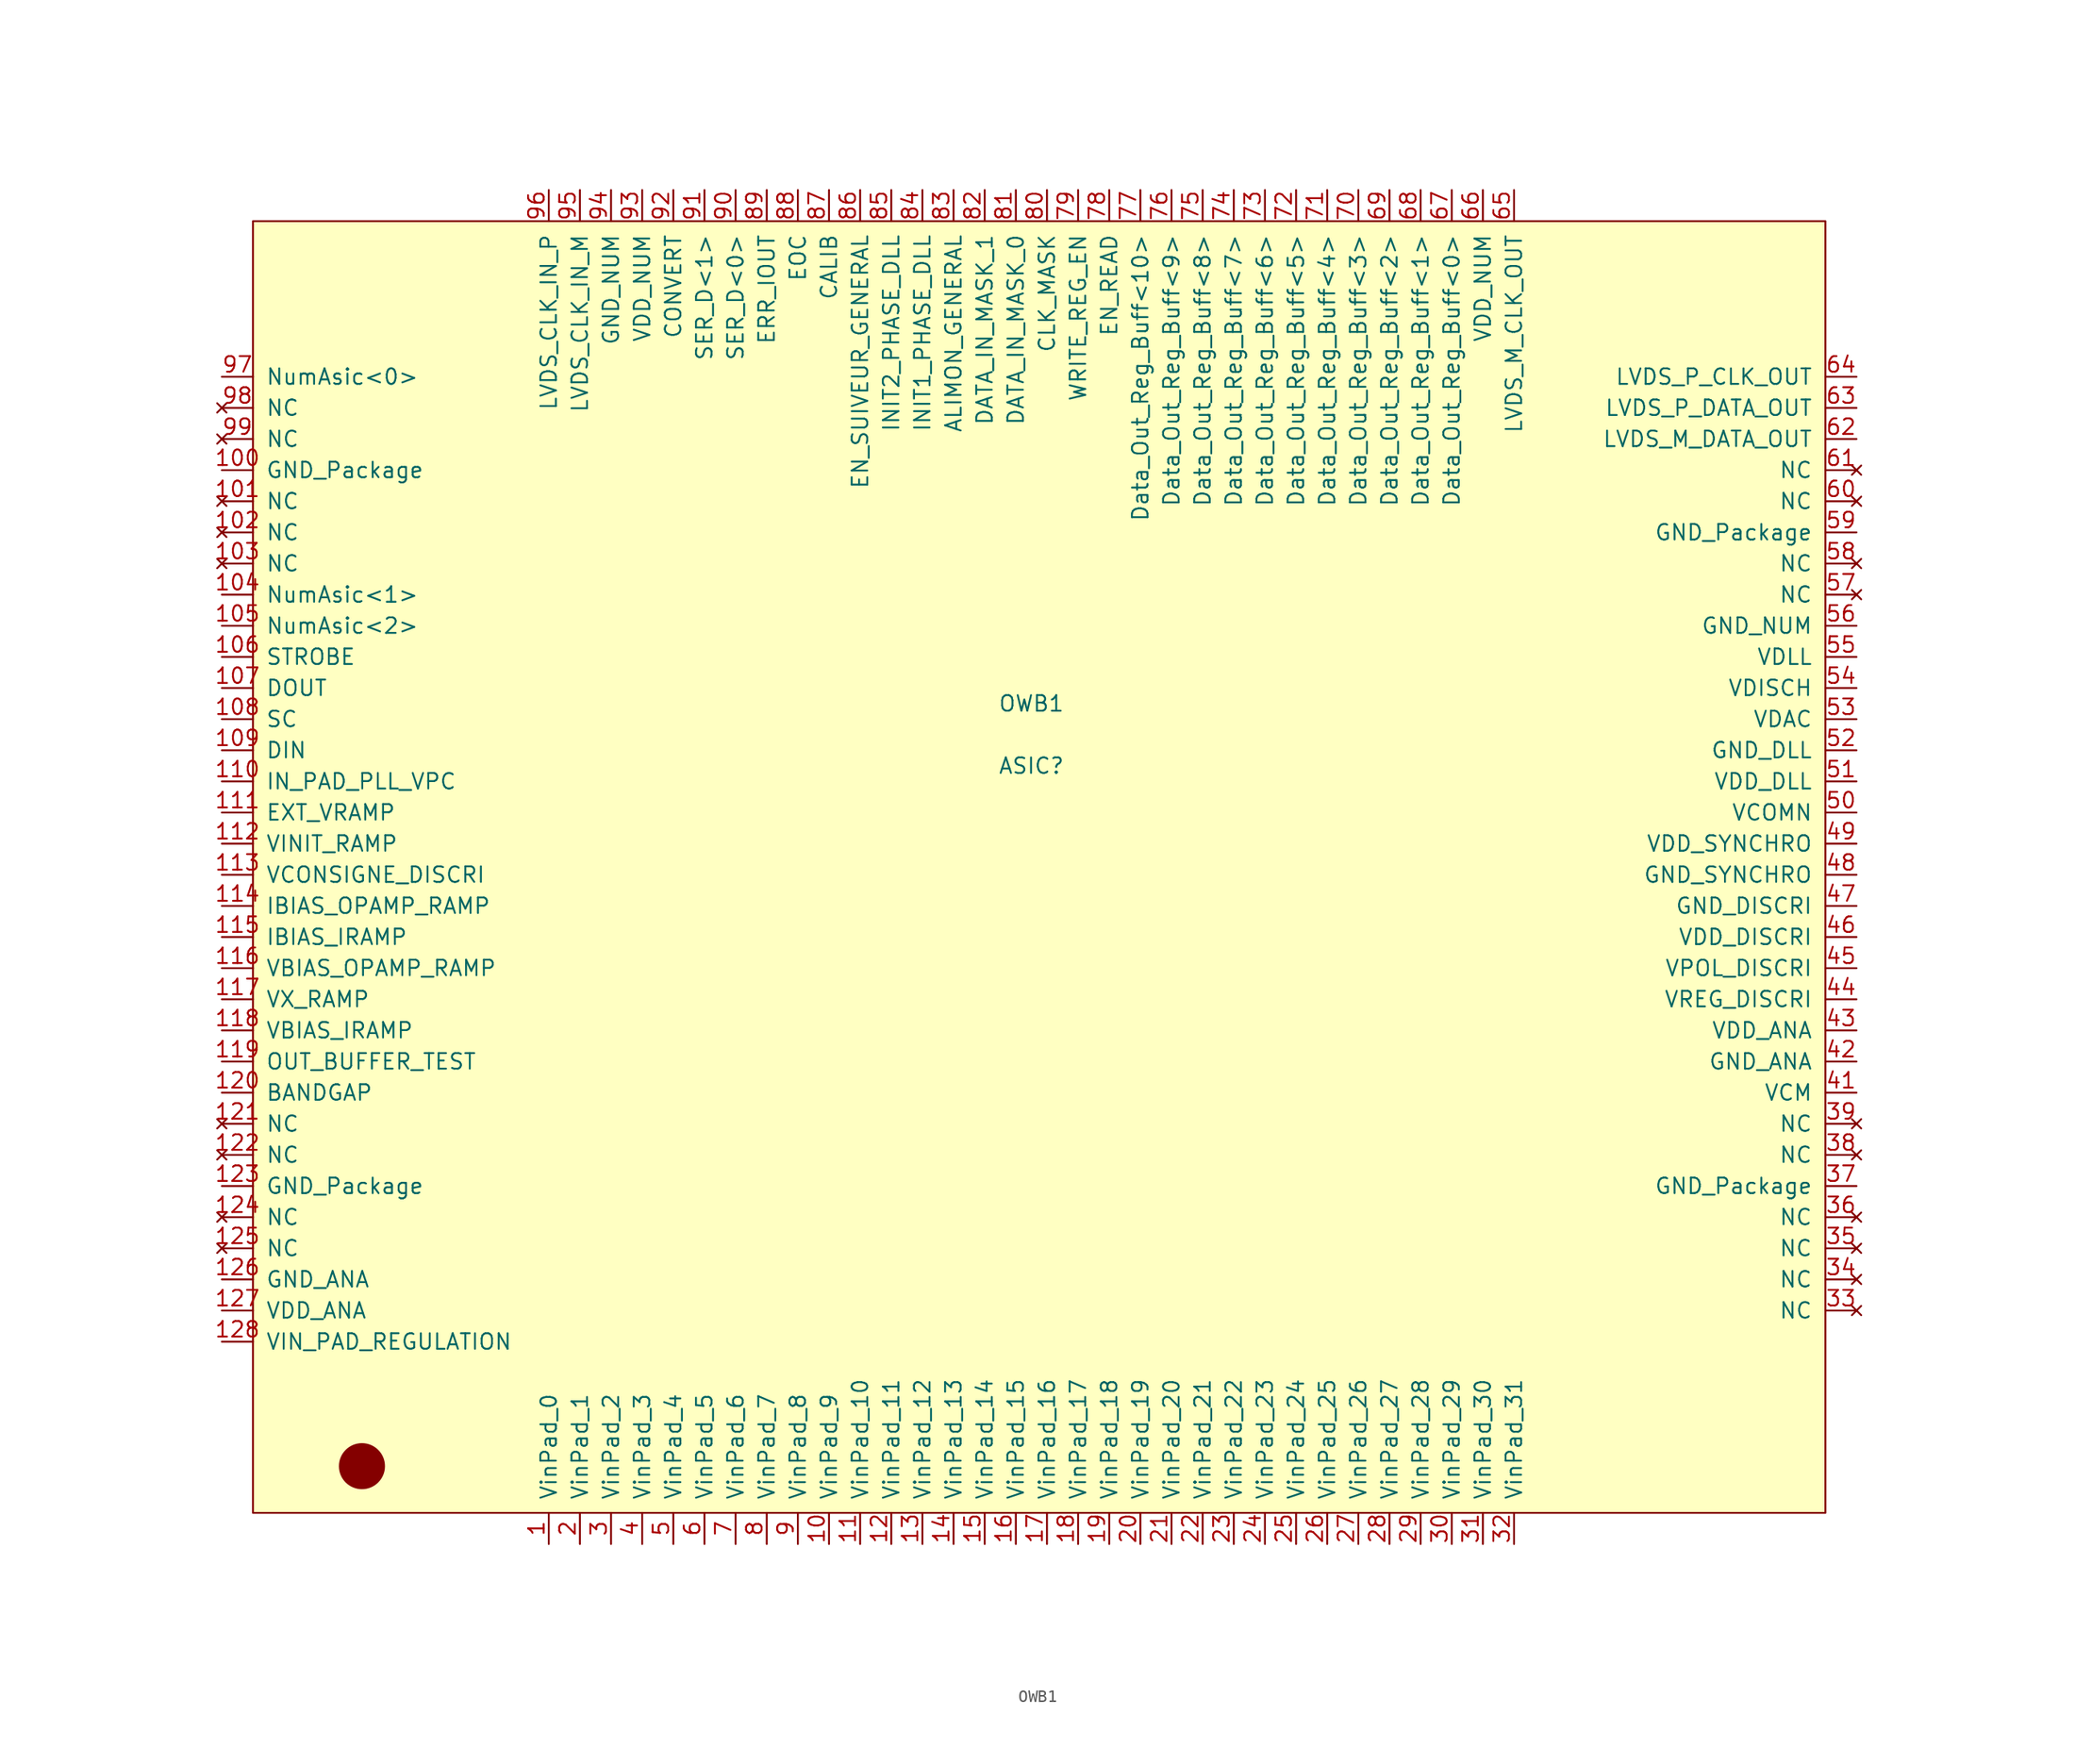
<source format=kicad_sym>
(kicad_symbol_lib
  (version 20211014)
  (generator kicad_symbol_editor)
  (symbol "OWB1"
    (pin_names
      (offset 1.016))
    (property "Reference" "ASIC"
      (at 81.28 68.58 0)
      (effects (font (size 1.27 1.27))))
    (property "Value" "OWB1"
      (at 81.28 73.66 0)
      (effects (font (size 1.27 1.27))))
    (symbol "OWB1_0_1"
      (rectangle (start 17.78 7.62) (end 146.05 113.03) (stroke (width 0) (type default) (color 0 0 0 0)) (fill (type background)))
      (circle (center 26.67 11.43) (radius 1.803) (stroke (width 0) (type default) (color 0 0 0 0)) (fill (type outline))))
    (symbol "OWB1_1_1"
      (pin input line (at 41.91 5.08 90) (length 2.54) (name "VinPad_0" (effects (font (size 1.27 1.27)))) (number "1" (effects (font (size 1.27 1.27)))))
      (pin input line (at 64.77 5.08 90) (length 2.54) (name "VinPad_9" (effects (font (size 1.27 1.27)))) (number "10" (effects (font (size 1.27 1.27)))))
      (pin power_in line (at 15.24 92.71 0) (length 2.54) (name "GND_Package" (effects (font (size 1.27 1.27)))) (number "100" (effects (font (size 1.27 1.27)))))
      (pin no_connect line (at 15.24 90.17 0) (length 2.54) (name "NC" (effects (font (size 1.27 1.27)))) (number "101" (effects (font (size 1.27 1.27)))))
      (pin no_connect line (at 15.24 87.63 0) (length 2.54) (name "NC" (effects (font (size 1.27 1.27)))) (number "102" (effects (font (size 1.27 1.27)))))
      (pin no_connect line (at 15.24 85.09 0) (length 2.54) (name "NC" (effects (font (size 1.27 1.27)))) (number "103" (effects (font (size 1.27 1.27)))))
      (pin open_collector line (at 15.24 82.55 0) (length 2.54) (name "NumAsic<1>" (effects (font (size 1.27 1.27)))) (number "104" (effects (font (size 1.27 1.27)))))
      (pin open_collector line (at 15.24 80.01 0) (length 2.54) (name "NumAsic<2>" (effects (font (size 1.27 1.27)))) (number "105" (effects (font (size 1.27 1.27)))))
      (pin input line (at 15.24 77.47 0) (length 2.54) (name "STROBE" (effects (font (size 1.27 1.27)))) (number "106" (effects (font (size 1.27 1.27)))))
      (pin output line (at 15.24 74.93 0) (length 2.54) (name "DOUT" (effects (font (size 1.27 1.27)))) (number "107" (effects (font (size 1.27 1.27)))))
      (pin input line (at 15.24 72.39 0) (length 2.54) (name "SC" (effects (font (size 1.27 1.27)))) (number "108" (effects (font (size 1.27 1.27)))))
      (pin input line (at 15.24 69.85 0) (length 2.54) (name "DIN" (effects (font (size 1.27 1.27)))) (number "109" (effects (font (size 1.27 1.27)))))
      (pin input line (at 67.31 5.08 90) (length 2.54) (name "VinPad_10" (effects (font (size 1.27 1.27)))) (number "11" (effects (font (size 1.27 1.27)))))
      (pin input line (at 15.24 67.31 0) (length 2.54) (name "IN_PAD_PLL_VPC" (effects (font (size 1.27 1.27)))) (number "110" (effects (font (size 1.27 1.27)))))
      (pin input line (at 15.24 64.77 0) (length 2.54) (name "EXT_VRAMP" (effects (font (size 1.27 1.27)))) (number "111" (effects (font (size 1.27 1.27)))))
      (pin input line (at 15.24 62.23 0) (length 2.54) (name "VINIT_RAMP" (effects (font (size 1.27 1.27)))) (number "112" (effects (font (size 1.27 1.27)))))
      (pin input line (at 15.24 59.69 0) (length 2.54) (name "VCONSIGNE_DISCRI" (effects (font (size 1.27 1.27)))) (number "113" (effects (font (size 1.27 1.27)))))
      (pin input line (at 15.24 57.15 0) (length 2.54) (name "IBIAS_OPAMP_RAMP" (effects (font (size 1.27 1.27)))) (number "114" (effects (font (size 1.27 1.27)))))
      (pin input line (at 15.24 54.61 0) (length 2.54) (name "IBIAS_IRAMP" (effects (font (size 1.27 1.27)))) (number "115" (effects (font (size 1.27 1.27)))))
      (pin input line (at 15.24 52.07 0) (length 2.54) (name "VBIAS_OPAMP_RAMP" (effects (font (size 1.27 1.27)))) (number "116" (effects (font (size 1.27 1.27)))))
      (pin input line (at 15.24 49.53 0) (length 2.54) (name "VX_RAMP" (effects (font (size 1.27 1.27)))) (number "117" (effects (font (size 1.27 1.27)))))
      (pin input line (at 15.24 46.99 0) (length 2.54) (name "VBIAS_IRAMP" (effects (font (size 1.27 1.27)))) (number "118" (effects (font (size 1.27 1.27)))))
      (pin input line (at 15.24 44.45 0) (length 2.54) (name "OUT_BUFFER_TEST" (effects (font (size 1.27 1.27)))) (number "119" (effects (font (size 1.27 1.27)))))
      (pin input line (at 69.85 5.08 90) (length 2.54) (name "VinPad_11" (effects (font (size 1.27 1.27)))) (number "12" (effects (font (size 1.27 1.27)))))
      (pin input line (at 15.24 41.91 0) (length 2.54) (name "BANDGAP" (effects (font (size 1.27 1.27)))) (number "120" (effects (font (size 1.27 1.27)))))
      (pin no_connect line (at 15.24 39.37 0) (length 2.54) (name "NC" (effects (font (size 1.27 1.27)))) (number "121" (effects (font (size 1.27 1.27)))))
      (pin no_connect line (at 15.24 36.83 0) (length 2.54) (name "NC" (effects (font (size 1.27 1.27)))) (number "122" (effects (font (size 1.27 1.27)))))
      (pin power_in line (at 15.24 34.29 0) (length 2.54) (name "GND_Package" (effects (font (size 1.27 1.27)))) (number "123" (effects (font (size 1.27 1.27)))))
      (pin no_connect line (at 15.24 31.75 0) (length 2.54) (name "NC" (effects (font (size 1.27 1.27)))) (number "124" (effects (font (size 1.27 1.27)))))
      (pin no_connect line (at 15.24 29.21 0) (length 2.54) (name "NC" (effects (font (size 1.27 1.27)))) (number "125" (effects (font (size 1.27 1.27)))))
      (pin power_in line (at 15.24 26.67 0) (length 2.54) (name "GND_ANA" (effects (font (size 1.27 1.27)))) (number "126" (effects (font (size 1.27 1.27)))))
      (pin power_in line (at 15.24 24.13 0) (length 2.54) (name "VDD_ANA" (effects (font (size 1.27 1.27)))) (number "127" (effects (font (size 1.27 1.27)))))
      (pin input line (at 15.24 21.59 0) (length 2.54) (name "VIN_PAD_REGULATION" (effects (font (size 1.27 1.27)))) (number "128" (effects (font (size 1.27 1.27)))))
      (pin input line (at 72.39 5.08 90) (length 2.54) (name "VinPad_12" (effects (font (size 1.27 1.27)))) (number "13" (effects (font (size 1.27 1.27)))))
      (pin input line (at 74.93 5.08 90) (length 2.54) (name "VinPad_13" (effects (font (size 1.27 1.27)))) (number "14" (effects (font (size 1.27 1.27)))))
      (pin input line (at 77.47 5.08 90) (length 2.54) (name "VinPad_14" (effects (font (size 1.27 1.27)))) (number "15" (effects (font (size 1.27 1.27)))))
      (pin input line (at 80.01 5.08 90) (length 2.54) (name "VinPad_15" (effects (font (size 1.27 1.27)))) (number "16" (effects (font (size 1.27 1.27)))))
      (pin input line (at 82.55 5.08 90) (length 2.54) (name "VinPad_16" (effects (font (size 1.27 1.27)))) (number "17" (effects (font (size 1.27 1.27)))))
      (pin input line (at 85.09 5.08 90) (length 2.54) (name "VinPad_17" (effects (font (size 1.27 1.27)))) (number "18" (effects (font (size 1.27 1.27)))))
      (pin input line (at 87.63 5.08 90) (length 2.54) (name "VinPad_18" (effects (font (size 1.27 1.27)))) (number "19" (effects (font (size 1.27 1.27)))))
      (pin input line (at 44.45 5.08 90) (length 2.54) (name "VinPad_1" (effects (font (size 1.27 1.27)))) (number "2" (effects (font (size 1.27 1.27)))))
      (pin input line (at 90.17 5.08 90) (length 2.54) (name "VinPad_19" (effects (font (size 1.27 1.27)))) (number "20" (effects (font (size 1.27 1.27)))))
      (pin input line (at 92.71 5.08 90) (length 2.54) (name "VinPad_20" (effects (font (size 1.27 1.27)))) (number "21" (effects (font (size 1.27 1.27)))))
      (pin input line (at 95.25 5.08 90) (length 2.54) (name "VinPad_21" (effects (font (size 1.27 1.27)))) (number "22" (effects (font (size 1.27 1.27)))))
      (pin input line (at 97.79 5.08 90) (length 2.54) (name "VinPad_22" (effects (font (size 1.27 1.27)))) (number "23" (effects (font (size 1.27 1.27)))))
      (pin input line (at 100.33 5.08 90) (length 2.54) (name "VinPad_23" (effects (font (size 1.27 1.27)))) (number "24" (effects (font (size 1.27 1.27)))))
      (pin input line (at 102.87 5.08 90) (length 2.54) (name "VinPad_24" (effects (font (size 1.27 1.27)))) (number "25" (effects (font (size 1.27 1.27)))))
      (pin input line (at 105.41 5.08 90) (length 2.54) (name "VinPad_25" (effects (font (size 1.27 1.27)))) (number "26" (effects (font (size 1.27 1.27)))))
      (pin input line (at 107.95 5.08 90) (length 2.54) (name "VinPad_26" (effects (font (size 1.27 1.27)))) (number "27" (effects (font (size 1.27 1.27)))))
      (pin input line (at 110.49 5.08 90) (length 2.54) (name "VinPad_27" (effects (font (size 1.27 1.27)))) (number "28" (effects (font (size 1.27 1.27)))))
      (pin input line (at 113.03 5.08 90) (length 2.54) (name "VinPad_28" (effects (font (size 1.27 1.27)))) (number "29" (effects (font (size 1.27 1.27)))))
      (pin input line (at 46.99 5.08 90) (length 2.54) (name "VinPad_2" (effects (font (size 1.27 1.27)))) (number "3" (effects (font (size 1.27 1.27)))))
      (pin input line (at 115.57 5.08 90) (length 2.54) (name "VinPad_29" (effects (font (size 1.27 1.27)))) (number "30" (effects (font (size 1.27 1.27)))))
      (pin input line (at 118.11 5.08 90) (length 2.54) (name "VinPad_30" (effects (font (size 1.27 1.27)))) (number "31" (effects (font (size 1.27 1.27)))))
      (pin input line (at 120.65 5.08 90) (length 2.54) (name "VinPad_31" (effects (font (size 1.27 1.27)))) (number "32" (effects (font (size 1.27 1.27)))))
      (pin no_connect line (at 148.59 24.13 180) (length 2.54) (name "NC" (effects (font (size 1.27 1.27)))) (number "33" (effects (font (size 1.27 1.27)))))
      (pin no_connect line (at 148.59 26.67 180) (length 2.54) (name "NC" (effects (font (size 1.27 1.27)))) (number "34" (effects (font (size 1.27 1.27)))))
      (pin no_connect line (at 148.59 29.21 180) (length 2.54) (name "NC" (effects (font (size 1.27 1.27)))) (number "35" (effects (font (size 1.27 1.27)))))
      (pin no_connect line (at 148.59 31.75 180) (length 2.54) (name "NC" (effects (font (size 1.27 1.27)))) (number "36" (effects (font (size 1.27 1.27)))))
      (pin power_in line (at 148.59 34.29 180) (length 2.54) (name "GND_Package" (effects (font (size 1.27 1.27)))) (number "37" (effects (font (size 1.27 1.27)))))
      (pin no_connect line (at 148.59 36.83 180) (length 2.54) (name "NC" (effects (font (size 1.27 1.27)))) (number "38" (effects (font (size 1.27 1.27)))))
      (pin no_connect line (at 148.59 39.37 180) (length 2.54) (name "NC" (effects (font (size 1.27 1.27)))) (number "39" (effects (font (size 1.27 1.27)))))
      (pin input line (at 49.53 5.08 90) (length 2.54) (name "VinPad_3" (effects (font (size 1.27 1.27)))) (number "4" (effects (font (size 1.27 1.27)))))
      (pin input line (at 148.59 41.91 180) (length 2.54) (name "VCM" (effects (font (size 1.27 1.27)))) (number "41" (effects (font (size 1.27 1.27)))))
      (pin power_in line (at 148.59 44.45 180) (length 2.54) (name "GND_ANA" (effects (font (size 1.27 1.27)))) (number "42" (effects (font (size 1.27 1.27)))))
      (pin power_in line (at 148.59 46.99 180) (length 2.54) (name "VDD_ANA" (effects (font (size 1.27 1.27)))) (number "43" (effects (font (size 1.27 1.27)))))
      (pin input line (at 148.59 49.53 180) (length 2.54) (name "VREG_DISCRI" (effects (font (size 1.27 1.27)))) (number "44" (effects (font (size 1.27 1.27)))))
      (pin input line (at 148.59 52.07 180) (length 2.54) (name "VPOL_DISCRI" (effects (font (size 1.27 1.27)))) (number "45" (effects (font (size 1.27 1.27)))))
      (pin power_in line (at 148.59 54.61 180) (length 2.54) (name "VDD_DISCRI" (effects (font (size 1.27 1.27)))) (number "46" (effects (font (size 1.27 1.27)))))
      (pin power_in line (at 148.59 57.15 180) (length 2.54) (name "GND_DISCRI" (effects (font (size 1.27 1.27)))) (number "47" (effects (font (size 1.27 1.27)))))
      (pin power_in line (at 148.59 59.69 180) (length 2.54) (name "GND_SYNCHRO" (effects (font (size 1.27 1.27)))) (number "48" (effects (font (size 1.27 1.27)))))
      (pin power_in line (at 148.59 62.23 180) (length 2.54) (name "VDD_SYNCHRO" (effects (font (size 1.27 1.27)))) (number "49" (effects (font (size 1.27 1.27)))))
      (pin input line (at 52.07 5.08 90) (length 2.54) (name "VinPad_4" (effects (font (size 1.27 1.27)))) (number "5" (effects (font (size 1.27 1.27)))))
      (pin input line (at 148.59 64.77 180) (length 2.54) (name "VCOMN" (effects (font (size 1.27 1.27)))) (number "50" (effects (font (size 1.27 1.27)))))
      (pin power_in line (at 148.59 67.31 180) (length 2.54) (name "VDD_DLL" (effects (font (size 1.27 1.27)))) (number "51" (effects (font (size 1.27 1.27)))))
      (pin power_in line (at 148.59 69.85 180) (length 2.54) (name "GND_DLL" (effects (font (size 1.27 1.27)))) (number "52" (effects (font (size 1.27 1.27)))))
      (pin input line (at 148.59 72.39 180) (length 2.54) (name "VDAC" (effects (font (size 1.27 1.27)))) (number "53" (effects (font (size 1.27 1.27)))))
      (pin input line (at 148.59 74.93 180) (length 2.54) (name "VDISCH" (effects (font (size 1.27 1.27)))) (number "54" (effects (font (size 1.27 1.27)))))
      (pin input line (at 148.59 77.47 180) (length 2.54) (name "VDLL" (effects (font (size 1.27 1.27)))) (number "55" (effects (font (size 1.27 1.27)))))
      (pin power_in line (at 148.59 80.01 180) (length 2.54) (name "GND_NUM" (effects (font (size 1.27 1.27)))) (number "56" (effects (font (size 1.27 1.27)))))
      (pin no_connect line (at 148.59 82.55 180) (length 2.54) (name "NC" (effects (font (size 1.27 1.27)))) (number "57" (effects (font (size 1.27 1.27)))))
      (pin no_connect line (at 148.59 85.09 180) (length 2.54) (name "NC" (effects (font (size 1.27 1.27)))) (number "58" (effects (font (size 1.27 1.27)))))
      (pin power_in line (at 148.59 87.63 180) (length 2.54) (name "GND_Package" (effects (font (size 1.27 1.27)))) (number "59" (effects (font (size 1.27 1.27)))))
      (pin input line (at 54.61 5.08 90) (length 2.54) (name "VinPad_5" (effects (font (size 1.27 1.27)))) (number "6" (effects (font (size 1.27 1.27)))))
      (pin no_connect line (at 148.59 90.17 180) (length 2.54) (name "NC" (effects (font (size 1.27 1.27)))) (number "60" (effects (font (size 1.27 1.27)))))
      (pin no_connect line (at 148.59 92.71 180) (length 2.54) (name "NC" (effects (font (size 1.27 1.27)))) (number "61" (effects (font (size 1.27 1.27)))))
      (pin output line (at 148.59 95.25 180) (length 2.54) (name "LVDS_M_DATA_OUT" (effects (font (size 1.27 1.27)))) (number "62" (effects (font (size 1.27 1.27)))))
      (pin output line (at 148.59 97.79 180) (length 2.54) (name "LVDS_P_DATA_OUT" (effects (font (size 1.27 1.27)))) (number "63" (effects (font (size 1.27 1.27)))))
      (pin output line (at 148.59 100.33 180) (length 2.54) (name "LVDS_P_CLK_OUT" (effects (font (size 1.27 1.27)))) (number "64" (effects (font (size 1.27 1.27)))))
      (pin output line (at 120.65 115.57 270) (length 2.54) (name "LVDS_M_CLK_OUT" (effects (font (size 1.27 1.27)))) (number "65" (effects (font (size 1.27 1.27)))))
      (pin power_in line (at 118.11 115.57 270) (length 2.54) (name "VDD_NUM" (effects (font (size 1.27 1.27)))) (number "66" (effects (font (size 1.27 1.27)))))
      (pin output line (at 115.57 115.57 270) (length 2.54) (name "Data_Out_Reg_Buff<0>" (effects (font (size 1.27 1.27)))) (number "67" (effects (font (size 1.27 1.27)))))
      (pin output line (at 113.03 115.57 270) (length 2.54) (name "Data_Out_Reg_Buff<1>" (effects (font (size 1.27 1.27)))) (number "68" (effects (font (size 1.27 1.27)))))
      (pin output line (at 110.49 115.57 270) (length 2.54) (name "Data_Out_Reg_Buff<2>" (effects (font (size 1.27 1.27)))) (number "69" (effects (font (size 1.27 1.27)))))
      (pin input line (at 57.15 5.08 90) (length 2.54) (name "VinPad_6" (effects (font (size 1.27 1.27)))) (number "7" (effects (font (size 1.27 1.27)))))
      (pin output line (at 107.95 115.57 270) (length 2.54) (name "Data_Out_Reg_Buff<3>" (effects (font (size 1.27 1.27)))) (number "70" (effects (font (size 1.27 1.27)))))
      (pin output line (at 105.41 115.57 270) (length 2.54) (name "Data_Out_Reg_Buff<4>" (effects (font (size 1.27 1.27)))) (number "71" (effects (font (size 1.27 1.27)))))
      (pin output line (at 102.87 115.57 270) (length 2.54) (name "Data_Out_Reg_Buff<5>" (effects (font (size 1.27 1.27)))) (number "72" (effects (font (size 1.27 1.27)))))
      (pin output line (at 100.33 115.57 270) (length 2.54) (name "Data_Out_Reg_Buff<6>" (effects (font (size 1.27 1.27)))) (number "73" (effects (font (size 1.27 1.27)))))
      (pin output line (at 97.79 115.57 270) (length 2.54) (name "Data_Out_Reg_Buff<7>" (effects (font (size 1.27 1.27)))) (number "74" (effects (font (size 1.27 1.27)))))
      (pin output line (at 95.25 115.57 270) (length 2.54) (name "Data_Out_Reg_Buff<8>" (effects (font (size 1.27 1.27)))) (number "75" (effects (font (size 1.27 1.27)))))
      (pin output line (at 92.71 115.57 270) (length 2.54) (name "Data_Out_Reg_Buff<9>" (effects (font (size 1.27 1.27)))) (number "76" (effects (font (size 1.27 1.27)))))
      (pin output line (at 90.17 115.57 270) (length 2.54) (name "Data_Out_Reg_Buff<10>" (effects (font (size 1.27 1.27)))) (number "77" (effects (font (size 1.27 1.27)))))
      (pin input line (at 87.63 115.57 270) (length 2.54) (name "EN_READ" (effects (font (size 1.27 1.27)))) (number "78" (effects (font (size 1.27 1.27)))))
      (pin input line (at 85.09 115.57 270) (length 2.54) (name "WRITE_REG_EN" (effects (font (size 1.27 1.27)))) (number "79" (effects (font (size 1.27 1.27)))))
      (pin input line (at 59.69 5.08 90) (length 2.54) (name "VinPad_7" (effects (font (size 1.27 1.27)))) (number "8" (effects (font (size 1.27 1.27)))))
      (pin input line (at 82.55 115.57 270) (length 2.54) (name "CLK_MASK" (effects (font (size 1.27 1.27)))) (number "80" (effects (font (size 1.27 1.27)))))
      (pin input line (at 80.01 115.57 270) (length 2.54) (name "DATA_IN_MASK_0" (effects (font (size 1.27 1.27)))) (number "81" (effects (font (size 1.27 1.27)))))
      (pin input line (at 77.47 115.57 270) (length 2.54) (name "DATA_IN_MASK_1" (effects (font (size 1.27 1.27)))) (number "82" (effects (font (size 1.27 1.27)))))
      (pin input line (at 74.93 115.57 270) (length 2.54) (name "ALIMON_GENERAL" (effects (font (size 1.27 1.27)))) (number "83" (effects (font (size 1.27 1.27)))))
      (pin input line (at 72.39 115.57 270) (length 2.54) (name "INIT1_PHASE_DLL" (effects (font (size 1.27 1.27)))) (number "84" (effects (font (size 1.27 1.27)))))
      (pin input line (at 69.85 115.57 270) (length 2.54) (name "INIT2_PHASE_DLL" (effects (font (size 1.27 1.27)))) (number "85" (effects (font (size 1.27 1.27)))))
      (pin input line (at 67.31 115.57 270) (length 2.54) (name "EN_SUIVEUR_GENERAL" (effects (font (size 1.27 1.27)))) (number "86" (effects (font (size 1.27 1.27)))))
      (pin input line (at 64.77 115.57 270) (length 2.54) (name "CALIB" (effects (font (size 1.27 1.27)))) (number "87" (effects (font (size 1.27 1.27)))))
      (pin output line (at 62.23 115.57 270) (length 2.54) (name "EOC" (effects (font (size 1.27 1.27)))) (number "88" (effects (font (size 1.27 1.27)))))
      (pin open_collector line (at 59.69 115.57 270) (length 2.54) (name "ERR_IOUT" (effects (font (size 1.27 1.27)))) (number "89" (effects (font (size 1.27 1.27)))))
      (pin input line (at 62.23 5.08 90) (length 2.54) (name "VinPad_8" (effects (font (size 1.27 1.27)))) (number "9" (effects (font (size 1.27 1.27)))))
      (pin input line (at 57.15 115.57 270) (length 2.54) (name "SER_D<0>" (effects (font (size 1.27 1.27)))) (number "90" (effects (font (size 1.27 1.27)))))
      (pin input line (at 54.61 115.57 270) (length 2.54) (name "SER_D<1>" (effects (font (size 1.27 1.27)))) (number "91" (effects (font (size 1.27 1.27)))))
      (pin input line (at 52.07 115.57 270) (length 2.54) (name "CONVERT" (effects (font (size 1.27 1.27)))) (number "92" (effects (font (size 1.27 1.27)))))
      (pin power_in line (at 49.53 115.57 270) (length 2.54) (name "VDD_NUM" (effects (font (size 1.27 1.27)))) (number "93" (effects (font (size 1.27 1.27)))))
      (pin power_in line (at 46.99 115.57 270) (length 2.54) (name "GND_NUM" (effects (font (size 1.27 1.27)))) (number "94" (effects (font (size 1.27 1.27)))))
      (pin input line (at 44.45 115.57 270) (length 2.54) (name "LVDS_CLK_IN_M" (effects (font (size 1.27 1.27)))) (number "95" (effects (font (size 1.27 1.27)))))
      (pin input line (at 41.91 115.57 270) (length 2.54) (name "LVDS_CLK_IN_P" (effects (font (size 1.27 1.27)))) (number "96" (effects (font (size 1.27 1.27)))))
      (pin open_collector line (at 15.24 100.33 0) (length 2.54) (name "NumAsic<0>" (effects (font (size 1.27 1.27)))) (number "97" (effects (font (size 1.27 1.27)))))
      (pin no_connect line (at 15.24 97.79 0) (length 2.54) (name "NC" (effects (font (size 1.27 1.27)))) (number "98" (effects (font (size 1.27 1.27)))))
      (pin no_connect line (at 15.24 95.25 0) (length 2.54) (name "NC" (effects (font (size 1.27 1.27)))) (number "99" (effects (font (size 1.27 1.27))))))))
</source>
